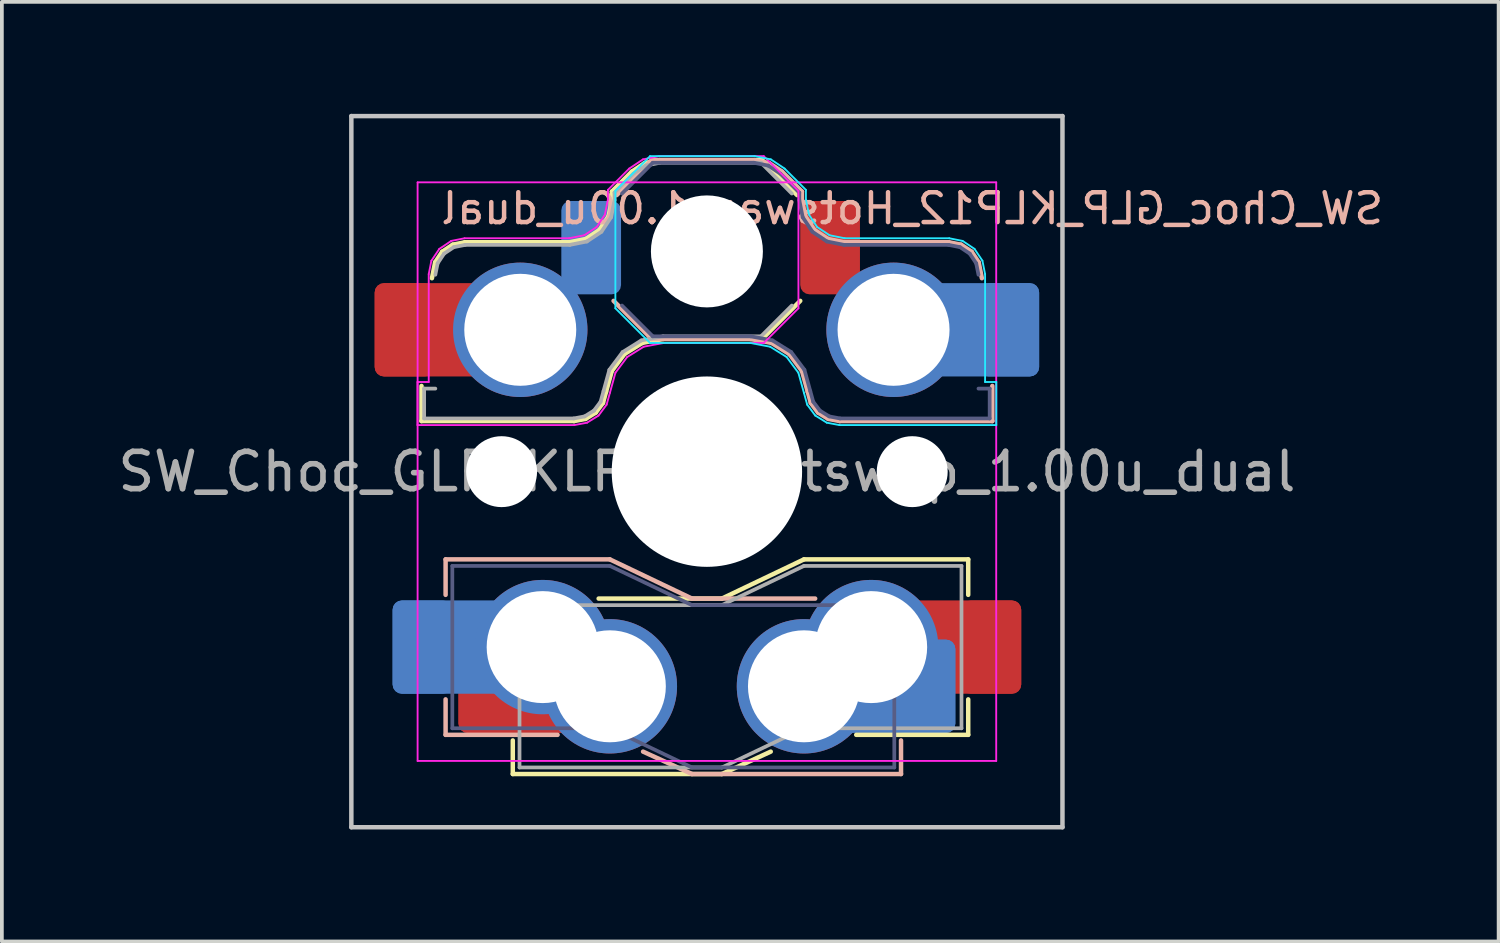
<source format=kicad_pcb>
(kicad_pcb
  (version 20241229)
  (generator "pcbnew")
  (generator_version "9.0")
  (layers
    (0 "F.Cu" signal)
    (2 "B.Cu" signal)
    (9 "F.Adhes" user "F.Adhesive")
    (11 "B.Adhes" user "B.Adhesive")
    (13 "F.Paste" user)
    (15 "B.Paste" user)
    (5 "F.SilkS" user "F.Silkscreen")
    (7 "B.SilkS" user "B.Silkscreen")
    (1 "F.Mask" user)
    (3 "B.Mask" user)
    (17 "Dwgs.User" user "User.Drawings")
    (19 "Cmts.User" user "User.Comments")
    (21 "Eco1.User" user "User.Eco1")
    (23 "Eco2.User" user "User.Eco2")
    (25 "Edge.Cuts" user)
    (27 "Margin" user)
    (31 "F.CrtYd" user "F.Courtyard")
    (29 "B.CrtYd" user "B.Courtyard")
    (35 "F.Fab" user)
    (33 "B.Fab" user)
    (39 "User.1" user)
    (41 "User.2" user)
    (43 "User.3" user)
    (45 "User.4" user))
  (footprint "SW_Choc_GLP_KLP12_Hotswap_1.00u_dual"
    (layer "F.Cu")
    (at 15.887 9.585)
    (property "Reference" "SW_Choc_GLP_KLP12_Hotswap_1.00u_dual" (at 5.5 -7.05 180) (layer "B.SilkS") (effects (font (size 0.8 0.8) (thickness 0.12)) (justify mirror)))
    (attr smd)
    (fp_line (start -7.646 -2.296) (end -7.646 -1.354) (stroke (width 0.12) (type solid)) (layer "F.SilkS"))
    (fp_line (start -7.646 -1.354) (end -3.56 -1.354) (stroke (width 0.12) (type solid)) (layer "F.SilkS"))
    (fp_line (start -7.281 -5.609) (end -7.366 -5.182) (stroke (width 0.12) (type solid)) (layer "F.SilkS"))
    (fp_line (start -7.092 -5.892) (end -7.281 -5.609) (stroke (width 0.12) (type solid)) (layer "F.SilkS"))
    (fp_line (start -6.809 -6.081) (end -7.092 -5.892) (stroke (width 0.12) (type solid)) (layer "F.SilkS"))
    (fp_line (start -6.482 -6.146) (end -6.809 -6.081) (stroke (width 0.12) (type solid)) (layer "F.SilkS"))
    (fp_line (start -5.2 8.1) (end -5.2 7.2) (stroke (width 0.12) (type solid)) (layer "F.SilkS"))
    (fp_line (start -5.2 8.1) (end 0.4 8.1) (stroke (width 0.12) (type solid)) (layer "F.SilkS"))
    (fp_line (start -3.682 -6.146) (end -6.482 -6.146) (stroke (width 0.12) (type solid)) (layer "F.SilkS"))
    (fp_line (start -3.56 -1.354) (end -3.25 -1.413) (stroke (width 0.12) (type solid)) (layer "F.SilkS"))
    (fp_line (start -3.25 -1.413) (end -2.976 -1.583) (stroke (width 0.12) (type solid)) (layer "F.SilkS"))
    (fp_line (start -3.244 -6.233) (end -3.682 -6.146) (stroke (width 0.12) (type solid)) (layer "F.SilkS"))
    (fp_line (start -2.976 -1.583) (end -2.783 -1.841) (stroke (width 0.12) (type solid)) (layer "F.SilkS"))
    (fp_line (start -2.9 3.4) (end 0.4 3.4) (stroke (width 0.12) (type solid)) (layer "F.SilkS"))
    (fp_line (start -2.877 -6.477) (end -3.244 -6.233) (stroke (width 0.12) (type solid)) (layer "F.SilkS"))
    (fp_line (start -2.783 -1.841) (end -2.701 -2.139) (stroke (width 0.12) (type solid)) (layer "F.SilkS"))
    (fp_line (start -2.701 -2.139) (end -2.547 -2.697) (stroke (width 0.12) (type solid)) (layer "F.SilkS"))
    (fp_line (start -2.633 -6.844) (end -2.877 -6.477) (stroke (width 0.12) (type solid)) (layer "F.SilkS"))
    (fp_line (start -2.547 -2.697) (end -2.209 -3.15) (stroke (width 0.12) (type solid)) (layer "F.SilkS"))
    (fp_line (start -2.546 -7.504) (end -2.546 -7.282) (stroke (width 0.12) (type solid)) (layer "F.SilkS"))
    (fp_line (start -2.546 -7.282) (end -2.633 -6.844) (stroke (width 0.12) (type solid)) (layer "F.SilkS"))
    (fp_line (start -2.209 -3.15) (end -1.73 -3.449) (stroke (width 0.12) (type solid)) (layer "F.SilkS"))
    (fp_line (start -2.013 -8.037) (end -2.546 -7.504) (stroke (width 0.12) (type solid)) (layer "F.SilkS"))
    (fp_line (start -1.73 -3.449) (end -1.168 -3.554) (stroke (width 0.12) (type solid)) (layer "F.SilkS"))
    (fp_line (start -1.671 -8.266) (end -2.013 -8.037) (stroke (width 0.12) (type solid)) (layer "F.SilkS"))
    (fp_line (start -1.268 -8.346) (end -1.671 -8.266) (stroke (width 0.12) (type solid)) (layer "F.SilkS"))
    (fp_line (start -1.168 -3.554) (end 1.479 -3.554) (stroke (width 0.12) (type solid)) (layer "F.SilkS"))
    (fp_line (start 1.479 -8.346) (end -1.268 -8.346) (stroke (width 0.12) (type solid)) (layer "F.SilkS"))
    (fp_line (start 1.479 -3.554) (end 2.5 -4.575) (stroke (width 0.12) (type solid)) (layer "F.SilkS"))
    (fp_line (start 1.71 7.5) (end 0.4 8.1) (stroke (width 0.12) (type solid)) (layer "F.SilkS"))
    (fp_line (start 2.416 -7.409) (end 1.479 -8.346) (stroke (width 0.12) (type solid)) (layer "F.SilkS"))
    (fp_line (start 2.6 2.35) (end 0.4 3.4) (stroke (width 0.12) (type solid)) (layer "F.SilkS"))
    (fp_line (start 7 2.35) (end 2.6 2.35) (stroke (width 0.12) (type solid)) (layer "F.SilkS"))
    (fp_line (start 7 2.35) (end 7 3.3) (stroke (width 0.12) (type solid)) (layer "F.SilkS"))
    (fp_line (start 7 7.05) (end 4 7.05) (stroke (width 0.12) (type solid)) (layer "F.SilkS"))
    (fp_line (start 7 7.05) (end 7 6.1) (stroke (width 0.12) (type solid)) (layer "F.SilkS"))
    (fp_line (start -7 2.35) (end -7 3.3) (stroke (width 0.12) (type solid)) (layer "B.SilkS"))
    (fp_line (start -7 2.35) (end -2.6 2.35) (stroke (width 0.12) (type solid)) (layer "B.SilkS"))
    (fp_line (start -7 7.05) (end -7 6.1) (stroke (width 0.12) (type solid)) (layer "B.SilkS"))
    (fp_line (start -7 7.05) (end -4 7.05) (stroke (width 0.12) (type solid)) (layer "B.SilkS"))
    (fp_line (start -2.6 2.35) (end -0.4 3.4) (stroke (width 0.12) (type solid)) (layer "B.SilkS"))
    (fp_line (start -2.416 -7.409) (end -1.479 -8.346) (stroke (width 0.12) (type solid)) (layer "B.SilkS"))
    (fp_line (start -1.71 7.5) (end -0.4 8.1) (stroke (width 0.12) (type solid)) (layer "B.SilkS"))
    (fp_line (start -1.479 -8.346) (end 1.268 -8.346) (stroke (width 0.12) (type solid)) (layer "B.SilkS"))
    (fp_line (start -1.479 -3.554) (end -2.5 -4.575) (stroke (width 0.12) (type solid)) (layer "B.SilkS"))
    (fp_line (start 1.168 -3.554) (end -1.479 -3.554) (stroke (width 0.12) (type solid)) (layer "B.SilkS"))
    (fp_line (start 1.268 -8.346) (end 1.671 -8.266) (stroke (width 0.12) (type solid)) (layer "B.SilkS"))
    (fp_line (start 1.671 -8.266) (end 2.013 -8.037) (stroke (width 0.12) (type solid)) (layer "B.SilkS"))
    (fp_line (start 1.73 -3.449) (end 1.168 -3.554) (stroke (width 0.12) (type solid)) (layer "B.SilkS"))
    (fp_line (start 2.013 -8.037) (end 2.546 -7.504) (stroke (width 0.12) (type solid)) (layer "B.SilkS"))
    (fp_line (start 2.209 -3.15) (end 1.73 -3.449) (stroke (width 0.12) (type solid)) (layer "B.SilkS"))
    (fp_line (start 2.546 -7.504) (end 2.546 -7.282) (stroke (width 0.12) (type solid)) (layer "B.SilkS"))
    (fp_line (start 2.546 -7.282) (end 2.633 -6.844) (stroke (width 0.12) (type solid)) (layer "B.SilkS"))
    (fp_line (start 2.547 -2.697) (end 2.209 -3.15) (stroke (width 0.12) (type solid)) (layer "B.SilkS"))
    (fp_line (start 2.633 -6.844) (end 2.877 -6.477) (stroke (width 0.12) (type solid)) (layer "B.SilkS"))
    (fp_line (start 2.701 -2.139) (end 2.547 -2.697) (stroke (width 0.12) (type solid)) (layer "B.SilkS"))
    (fp_line (start 2.783 -1.841) (end 2.701 -2.139) (stroke (width 0.12) (type solid)) (layer "B.SilkS"))
    (fp_line (start 2.877 -6.477) (end 3.244 -6.233) (stroke (width 0.12) (type solid)) (layer "B.SilkS"))
    (fp_line (start 2.9 3.4) (end -0.4 3.4) (stroke (width 0.12) (type solid)) (layer "B.SilkS"))
    (fp_line (start 2.976 -1.583) (end 2.783 -1.841) (stroke (width 0.12) (type solid)) (layer "B.SilkS"))
    (fp_line (start 3.244 -6.233) (end 3.682 -6.146) (stroke (width 0.12) (type solid)) (layer "B.SilkS"))
    (fp_line (start 3.25 -1.413) (end 2.976 -1.583) (stroke (width 0.12) (type solid)) (layer "B.SilkS"))
    (fp_line (start 3.56 -1.354) (end 3.25 -1.413) (stroke (width 0.12) (type solid)) (layer "B.SilkS"))
    (fp_line (start 3.682 -6.146) (end 6.482 -6.146) (stroke (width 0.12) (type solid)) (layer "B.SilkS"))
    (fp_line (start 5.2 8.1) (end -0.4 8.1) (stroke (width 0.12) (type solid)) (layer "B.SilkS"))
    (fp_line (start 5.2 8.1) (end 5.2 7.2) (stroke (width 0.12) (type solid)) (layer "B.SilkS"))
    (fp_line (start 6.482 -6.146) (end 6.809 -6.081) (stroke (width 0.12) (type solid)) (layer "B.SilkS"))
    (fp_line (start 6.809 -6.081) (end 7.092 -5.892) (stroke (width 0.12) (type solid)) (layer "B.SilkS"))
    (fp_line (start 7.092 -5.892) (end 7.281 -5.609) (stroke (width 0.12) (type solid)) (layer "B.SilkS"))
    (fp_line (start 7.281 -5.609) (end 7.366 -5.182) (stroke (width 0.12) (type solid)) (layer "B.SilkS"))
    (fp_line (start 7.646 -2.296) (end 7.646 -1.354) (stroke (width 0.12) (type solid)) (layer "B.SilkS"))
    (fp_line (start 7.646 -1.354) (end 3.56 -1.354) (stroke (width 0.12) (type solid)) (layer "B.SilkS"))
    (fp_line (start -9.525 -9.525) (end -9.525 9.525) (stroke (width 0.12) (type default)) (layer "Dwgs.User"))
    (fp_line (start -9.525 -9.525) (end 9.525 -9.525) (stroke (width 0.12) (type default)) (layer "Dwgs.User"))
    (fp_line (start 9.525 -9.525) (end 9.525 9.525) (stroke (width 0.12) (type default)) (layer "Dwgs.User"))
    (fp_line (start 9.525 9.525) (end -9.525 9.525) (stroke (width 0.12) (type default)) (layer "Dwgs.User"))
    (fp_line (start -2.452 -7.523) (end -1.523 -8.452) (stroke (width 0.05) (type solid)) (layer "B.CrtYd"))
    (fp_line (start -2.452 -4.377) (end -2.452 -7.523) (stroke (width 0.05) (type solid)) (layer "B.CrtYd"))
    (fp_line (start -1.523 -8.452) (end 1.278 -8.452) (stroke (width 0.05) (type solid)) (layer "B.CrtYd"))
    (fp_line (start -1.523 -3.448) (end -2.452 -4.377) (stroke (width 0.05) (type solid)) (layer "B.CrtYd"))
    (fp_line (start 1.159 -3.448) (end -1.523 -3.448) (stroke (width 0.05) (type solid)) (layer "B.CrtYd"))
    (fp_line (start 1.278 -8.452) (end 1.712 -8.366) (stroke (width 0.05) (type solid)) (layer "B.CrtYd"))
    (fp_line (start 1.691 -3.348) (end 1.159 -3.448) (stroke (width 0.05) (type solid)) (layer "B.CrtYd"))
    (fp_line (start 1.712 -8.366) (end 2.081 -8.119) (stroke (width 0.05) (type solid)) (layer "B.CrtYd"))
    (fp_line (start 2.081 -8.119) (end 2.652 -7.548) (stroke (width 0.05) (type solid)) (layer "B.CrtYd"))
    (fp_line (start 2.136 -3.071) (end 1.691 -3.348) (stroke (width 0.05) (type solid)) (layer "B.CrtYd"))
    (fp_line (start 2.45 -2.65) (end 2.136 -3.071) (stroke (width 0.05) (type solid)) (layer "B.CrtYd"))
    (fp_line (start 2.599 -2.111) (end 2.45 -2.65) (stroke (width 0.05) (type solid)) (layer "B.CrtYd"))
    (fp_line (start 2.652 -7.548) (end 2.652 -7.292) (stroke (width 0.05) (type solid)) (layer "B.CrtYd"))
    (fp_line (start 2.652 -7.292) (end 2.733 -6.885) (stroke (width 0.05) (type solid)) (layer "B.CrtYd"))
    (fp_line (start 2.687 -1.794) (end 2.599 -2.111) (stroke (width 0.05) (type solid)) (layer "B.CrtYd"))
    (fp_line (start 2.733 -6.885) (end 2.953 -6.553) (stroke (width 0.05) (type solid)) (layer "B.CrtYd"))
    (fp_line (start 2.903 -1.503) (end 2.687 -1.794) (stroke (width 0.05) (type solid)) (layer "B.CrtYd"))
    (fp_line (start 2.953 -6.553) (end 3.285 -6.333) (stroke (width 0.05) (type solid)) (layer "B.CrtYd"))
    (fp_line (start 3.211 -1.312) (end 2.903 -1.503) (stroke (width 0.05) (type solid)) (layer "B.CrtYd"))
    (fp_line (start 3.285 -6.333) (end 3.692 -6.252) (stroke (width 0.05) (type solid)) (layer "B.CrtYd"))
    (fp_line (start 3.55 -1.248) (end 3.211 -1.312) (stroke (width 0.05) (type solid)) (layer "B.CrtYd"))
    (fp_line (start 3.692 -6.252) (end 6.492 -6.252) (stroke (width 0.05) (type solid)) (layer "B.CrtYd"))
    (fp_line (start 6.492 -6.252) (end 6.85 -6.181) (stroke (width 0.05) (type solid)) (layer "B.CrtYd"))
    (fp_line (start 6.85 -6.181) (end 7.168 -5.968) (stroke (width 0.05) (type solid)) (layer "B.CrtYd"))
    (fp_line (start 7.168 -5.968) (end 7.381 -5.65) (stroke (width 0.05) (type solid)) (layer "B.CrtYd"))
    (fp_line (start 7.381 -5.65) (end 7.452 -5.292) (stroke (width 0.05) (type solid)) (layer "B.CrtYd"))
    (fp_line (start 7.452 -5.292) (end 7.452 -2.402) (stroke (width 0.05) (type solid)) (layer "B.CrtYd"))
    (fp_line (start 7.452 -2.402) (end 7.752 -2.402) (stroke (width 0.05) (type solid)) (layer "B.CrtYd"))
    (fp_line (start 7.752 -2.402) (end 7.752 -1.248) (stroke (width 0.05) (type solid)) (layer "B.CrtYd"))
    (fp_line (start 7.752 -1.248) (end 3.55 -1.248) (stroke (width 0.05) (type solid)) (layer "B.CrtYd"))
    (fp_line (start -7.752 -2.402) (end -7.752 -1.248) (stroke (width 0.05) (type solid)) (layer "F.CrtYd"))
    (fp_line (start -7.752 -1.248) (end -3.55 -1.248) (stroke (width 0.05) (type solid)) (layer "F.CrtYd"))
    (fp_line (start -7.75 7.75) (end -7.75 -7.75) (stroke (width 0.05) (type solid)) (layer "F.CrtYd"))
    (fp_line (start -7.452 -5.292) (end -7.452 -2.402) (stroke (width 0.05) (type solid)) (layer "F.CrtYd"))
    (fp_line (start -7.452 -2.402) (end -7.752 -2.402) (stroke (width 0.05) (type solid)) (layer "F.CrtYd"))
    (fp_line (start -7.381 -5.65) (end -7.452 -5.292) (stroke (width 0.05) (type solid)) (layer "F.CrtYd"))
    (fp_line (start -7.168 -5.968) (end -7.381 -5.65) (stroke (width 0.05) (type solid)) (layer "F.CrtYd"))
    (fp_line (start -6.85 -6.181) (end -7.168 -5.968) (stroke (width 0.05) (type solid)) (layer "F.CrtYd"))
    (fp_line (start -6.492 -6.252) (end -6.85 -6.181) (stroke (width 0.05) (type solid)) (layer "F.CrtYd"))
    (fp_line (start -3.692 -6.252) (end -6.492 -6.252) (stroke (width 0.05) (type solid)) (layer "F.CrtYd"))
    (fp_line (start -3.55 -1.248) (end -3.211 -1.312) (stroke (width 0.05) (type solid)) (layer "F.CrtYd"))
    (fp_line (start -3.285 -6.333) (end -3.692 -6.252) (stroke (width 0.05) (type solid)) (layer "F.CrtYd"))
    (fp_line (start -3.211 -1.312) (end -2.903 -1.503) (stroke (width 0.05) (type solid)) (layer "F.CrtYd"))
    (fp_line (start -2.953 -6.553) (end -3.285 -6.333) (stroke (width 0.05) (type solid)) (layer "F.CrtYd"))
    (fp_line (start -2.903 -1.503) (end -2.687 -1.794) (stroke (width 0.05) (type solid)) (layer "F.CrtYd"))
    (fp_line (start -2.733 -6.885) (end -2.953 -6.553) (stroke (width 0.05) (type solid)) (layer "F.CrtYd"))
    (fp_line (start -2.687 -1.794) (end -2.599 -2.111) (stroke (width 0.05) (type solid)) (layer "F.CrtYd"))
    (fp_line (start -2.652 -7.548) (end -2.652 -7.292) (stroke (width 0.05) (type solid)) (layer "F.CrtYd"))
    (fp_line (start -2.652 -7.292) (end -2.733 -6.885) (stroke (width 0.05) (type solid)) (layer "F.CrtYd"))
    (fp_line (start -2.599 -2.111) (end -2.45 -2.65) (stroke (width 0.05) (type solid)) (layer "F.CrtYd"))
    (fp_line (start -2.45 -2.65) (end -2.136 -3.071) (stroke (width 0.05) (type solid)) (layer "F.CrtYd"))
    (fp_line (start -2.136 -3.071) (end -1.691 -3.348) (stroke (width 0.05) (type solid)) (layer "F.CrtYd"))
    (fp_line (start -2.081 -8.119) (end -2.652 -7.548) (stroke (width 0.05) (type solid)) (layer "F.CrtYd"))
    (fp_line (start -1.712 -8.366) (end -2.081 -8.119) (stroke (width 0.05) (type solid)) (layer "F.CrtYd"))
    (fp_line (start -1.691 -3.348) (end -1.159 -3.448) (stroke (width 0.05) (type solid)) (layer "F.CrtYd"))
    (fp_line (start -1.278 -8.452) (end -1.712 -8.366) (stroke (width 0.05) (type solid)) (layer "F.CrtYd"))
    (fp_line (start -1.159 -3.448) (end 1.523 -3.448) (stroke (width 0.05) (type solid)) (layer "F.CrtYd"))
    (fp_line (start 1.523 -8.452) (end -1.278 -8.452) (stroke (width 0.05) (type solid)) (layer "F.CrtYd"))
    (fp_line (start 1.523 -3.448) (end 2.452 -4.377) (stroke (width 0.05) (type solid)) (layer "F.CrtYd"))
    (fp_line (start 2.452 -7.523) (end 1.523 -8.452) (stroke (width 0.05) (type solid)) (layer "F.CrtYd"))
    (fp_line (start 2.452 -4.377) (end 2.452 -7.523) (stroke (width 0.05) (type solid)) (layer "F.CrtYd"))
    (fp_line (start 7.75 -7.75) (end -7.75 -7.75) (stroke (width 0.05) (type solid)) (layer "F.CrtYd"))
    (fp_line (start 7.75 -7.75) (end 7.75 7.75) (stroke (width 0.05) (type solid)) (layer "F.CrtYd"))
    (fp_line (start 7.75 7.75) (end -7.75 7.75) (stroke (width 0.05) (type solid)) (layer "F.CrtYd"))
    (fp_line (start -6.82 2.525) (end -6.82 6.875) (stroke (width 0.1) (type solid)) (layer "B.Fab"))
    (fp_line (start -6.82 2.525) (end -2.6 2.525) (stroke (width 0.1) (type solid)) (layer "B.Fab"))
    (fp_line (start -6.82 6.875) (end -2.6 6.875) (stroke (width 0.1) (type solid)) (layer "B.Fab"))
    (fp_line (start -2.6 2.525) (end -0.4 3.575) (stroke (width 0.1) (type solid)) (layer "B.Fab"))
    (fp_line (start -2.6 6.875) (end -0.4 7.925) (stroke (width 0.1) (type solid)) (layer "B.Fab"))
    (fp_line (start -2.275 -7.45) (end -1.45 -8.275) (stroke (width 0.1) (type solid)) (layer "B.Fab"))
    (fp_line (start -1.45 -8.275) (end 1.261 -8.275) (stroke (width 0.1) (type solid)) (layer "B.Fab"))
    (fp_line (start -1.45 -3.625) (end -2.275 -4.45) (stroke (width 0.1) (type solid)) (layer "B.Fab"))
    (fp_line (start 1.175 -3.625) (end -1.45 -3.625) (stroke (width 0.1) (type solid)) (layer "B.Fab"))
    (fp_line (start 1.261 -8.275) (end 1.643 -8.199) (stroke (width 0.1) (type solid)) (layer "B.Fab"))
    (fp_line (start 1.643 -8.199) (end 1.968 -7.982) (stroke (width 0.1) (type solid)) (layer "B.Fab"))
    (fp_line (start 1.756 -3.516) (end 1.175 -3.625) (stroke (width 0.1) (type solid)) (layer "B.Fab"))
    (fp_line (start 1.968 -7.982) (end 2.475 -7.475) (stroke (width 0.1) (type solid)) (layer "B.Fab"))
    (fp_line (start 2.258 -3.203) (end 1.756 -3.516) (stroke (width 0.1) (type solid)) (layer "B.Fab"))
    (fp_line (start 2.475 -7.475) (end 2.475 -7.275) (stroke (width 0.1) (type solid)) (layer "B.Fab"))
    (fp_line (start 2.475 -7.275) (end 2.566 -6.816) (stroke (width 0.1) (type solid)) (layer "B.Fab"))
    (fp_line (start 2.566 -6.816) (end 2.826 -6.426) (stroke (width 0.1) (type solid)) (layer "B.Fab"))
    (fp_line (start 2.612 -2.729) (end 2.258 -3.203) (stroke (width 0.1) (type solid)) (layer "B.Fab"))
    (fp_line (start 2.769 -2.158) (end 2.612 -2.729) (stroke (width 0.1) (type solid)) (layer "B.Fab"))
    (fp_line (start 2.826 -6.426) (end 3.216 -6.166) (stroke (width 0.1) (type solid)) (layer "B.Fab"))
    (fp_line (start 2.848 -1.873) (end 2.769 -2.158) (stroke (width 0.1) (type solid)) (layer "B.Fab"))
    (fp_line (start 3.025 -1.636) (end 2.848 -1.873) (stroke (width 0.1) (type solid)) (layer "B.Fab"))
    (fp_line (start 3.216 -6.166) (end 3.675 -6.075) (stroke (width 0.1) (type solid)) (layer "B.Fab"))
    (fp_line (start 3.276 -1.48) (end 3.025 -1.636) (stroke (width 0.1) (type solid)) (layer "B.Fab"))
    (fp_line (start 3.567 -1.425) (end 3.276 -1.48) (stroke (width 0.1) (type solid)) (layer "B.Fab"))
    (fp_line (start 3.675 -6.075) (end 6.475 -6.075) (stroke (width 0.1) (type solid)) (layer "B.Fab"))
    (fp_line (start 5.02 3.575) (end -0.4 3.575) (stroke (width 0.1) (type solid)) (layer "B.Fab"))
    (fp_line (start 5.02 3.575) (end 5.02 7.925) (stroke (width 0.1) (type solid)) (layer "B.Fab"))
    (fp_line (start 5.02 7.925) (end -0.4 7.925) (stroke (width 0.1) (type solid)) (layer "B.Fab"))
    (fp_line (start 6.475 -6.075) (end 6.781 -6.014) (stroke (width 0.1) (type solid)) (layer "B.Fab"))
    (fp_line (start 6.781 -6.014) (end 7.041 -5.841) (stroke (width 0.1) (type solid)) (layer "B.Fab"))
    (fp_line (start 7.041 -5.841) (end 7.214 -5.581) (stroke (width 0.1) (type solid)) (layer "B.Fab"))
    (fp_line (start 7.214 -5.581) (end 7.275 -5.275) (stroke (width 0.1) (type solid)) (layer "B.Fab"))
    (fp_line (start 7.275 -2.225) (end 7.575 -2.225) (stroke (width 0.1) (type solid)) (layer "B.Fab"))
    (fp_line (start 7.575 -2.225) (end 7.575 -1.425) (stroke (width 0.1) (type solid)) (layer "B.Fab"))
    (fp_line (start 7.575 -1.425) (end 3.567 -1.425) (stroke (width 0.1) (type solid)) (layer "B.Fab"))
    (fp_line (start -7.575 -2.225) (end -7.575 -1.425) (stroke (width 0.1) (type solid)) (layer "F.Fab"))
    (fp_line (start -7.575 -1.425) (end -3.567 -1.425) (stroke (width 0.1) (type solid)) (layer "F.Fab"))
    (fp_line (start -7.275 -2.225) (end -7.575 -2.225) (stroke (width 0.1) (type solid)) (layer "F.Fab"))
    (fp_line (start -7.214 -5.581) (end -7.275 -5.275) (stroke (width 0.1) (type solid)) (layer "F.Fab"))
    (fp_line (start -7.041 -5.841) (end -7.214 -5.581) (stroke (width 0.1) (type solid)) (layer "F.Fab"))
    (fp_line (start -6.781 -6.014) (end -7.041 -5.841) (stroke (width 0.1) (type solid)) (layer "F.Fab"))
    (fp_line (start -6.475 -6.075) (end -6.781 -6.014) (stroke (width 0.1) (type solid)) (layer "F.Fab"))
    (fp_line (start -5.02 3.575) (end -5.02 7.925) (stroke (width 0.1) (type solid)) (layer "F.Fab"))
    (fp_line (start -5.02 3.575) (end 0.4 3.575) (stroke (width 0.1) (type solid)) (layer "F.Fab"))
    (fp_line (start -5.02 7.925) (end 0.4 7.925) (stroke (width 0.1) (type solid)) (layer "F.Fab"))
    (fp_line (start -3.675 -6.075) (end -6.475 -6.075) (stroke (width 0.1) (type solid)) (layer "F.Fab"))
    (fp_line (start -3.567 -1.425) (end -3.276 -1.48) (stroke (width 0.1) (type solid)) (layer "F.Fab"))
    (fp_line (start -3.276 -1.48) (end -3.025 -1.636) (stroke (width 0.1) (type solid)) (layer "F.Fab"))
    (fp_line (start -3.216 -6.166) (end -3.675 -6.075) (stroke (width 0.1) (type solid)) (layer "F.Fab"))
    (fp_line (start -3.025 -1.636) (end -2.848 -1.873) (stroke (width 0.1) (type solid)) (layer "F.Fab"))
    (fp_line (start -2.848 -1.873) (end -2.769 -2.158) (stroke (width 0.1) (type solid)) (layer "F.Fab"))
    (fp_line (start -2.826 -6.426) (end -3.216 -6.166) (stroke (width 0.1) (type solid)) (layer "F.Fab"))
    (fp_line (start -2.769 -2.158) (end -2.612 -2.729) (stroke (width 0.1) (type solid)) (layer "F.Fab"))
    (fp_line (start -2.612 -2.729) (end -2.258 -3.203) (stroke (width 0.1) (type solid)) (layer "F.Fab"))
    (fp_line (start -2.566 -6.816) (end -2.826 -6.426) (stroke (width 0.1) (type solid)) (layer "F.Fab"))
    (fp_line (start -2.475 -7.475) (end -2.475 -7.275) (stroke (width 0.1) (type solid)) (layer "F.Fab"))
    (fp_line (start -2.475 -7.275) (end -2.566 -6.816) (stroke (width 0.1) (type solid)) (layer "F.Fab"))
    (fp_line (start -2.258 -3.203) (end -1.756 -3.516) (stroke (width 0.1) (type solid)) (layer "F.Fab"))
    (fp_line (start -1.968 -7.982) (end -2.475 -7.475) (stroke (width 0.1) (type solid)) (layer "F.Fab"))
    (fp_line (start -1.756 -3.516) (end -1.175 -3.625) (stroke (width 0.1) (type solid)) (layer "F.Fab"))
    (fp_line (start -1.643 -8.199) (end -1.968 -7.982) (stroke (width 0.1) (type solid)) (layer "F.Fab"))
    (fp_line (start -1.261 -8.275) (end -1.643 -8.199) (stroke (width 0.1) (type solid)) (layer "F.Fab"))
    (fp_line (start -1.175 -3.625) (end 1.45 -3.625) (stroke (width 0.1) (type solid)) (layer "F.Fab"))
    (fp_line (start 1.45 -8.275) (end -1.261 -8.275) (stroke (width 0.1) (type solid)) (layer "F.Fab"))
    (fp_line (start 1.45 -3.625) (end 2.275 -4.45) (stroke (width 0.1) (type solid)) (layer "F.Fab"))
    (fp_line (start 2.275 -7.45) (end 1.45 -8.275) (stroke (width 0.1) (type solid)) (layer "F.Fab"))
    (fp_line (start 2.6 2.525) (end 0.4 3.575) (stroke (width 0.1) (type solid)) (layer "F.Fab"))
    (fp_line (start 2.6 6.875) (end 0.4 7.925) (stroke (width 0.1) (type solid)) (layer "F.Fab"))
    (fp_line (start 6.82 2.525) (end 2.6 2.525) (stroke (width 0.1) (type solid)) (layer "F.Fab"))
    (fp_line (start 6.82 2.525) (end 6.82 6.875) (stroke (width 0.1) (type solid)) (layer "F.Fab"))
    (fp_line (start 6.82 6.875) (end 2.6 6.875) (stroke (width 0.1) (type solid)) (layer "F.Fab"))
    (fp_rect (start -7.05 -7.05) (end 7.05 7.05) (stroke (width 0.12) (type default)) (fill no) (layer "User.1"))
    (fp_text user "${REFERENCE}" (at 0 0 0) (layer "F.Fab") (effects (font (size 1 1) (thickness 0.15))))
    (pad "" np_thru_hole circle (at -5.5 0) (size 1.9 1.9) (drill 1.9) (layers "*.Cu" "*.Mask"))
    (pad "" np_thru_hole circle (at 0 -5.9) (size 3 3) (drill 3) (layers "*.Cu" "*.Mask"))
    (pad "" np_thru_hole circle (at 0 0) (size 5.1 5.1) (drill 5.1) (layers "*.Cu" "*.Mask"))
    (pad "" np_thru_hole circle (at 5.5 0) (size 1.9 1.9) (drill 1.9) (layers "*.Cu" "*.Mask"))
    (pad "1" smd roundrect (at -5.855 5.75) (size 1.6 2.5) (layers "F.Cu" "F.Mask" "F.Paste") (roundrect_rratio 0.156))
    (pad "1" smd roundrect (at -4.73 5.75) (size 3.85 2.5) (layers "F.Cu") (roundrect_rratio 0.1))
    (pad "1" thru_hole circle (at 2.6 5.75) (size 3.6 3.6) (drill 3) (layers "*.Cu" "*.Mask"))
    (pad "1" smd roundrect (at 3.3 -6) (size 1.6 2.5) (layers "F.Cu" "F.Mask" "F.Paste") (roundrect_rratio 0.156))
    (pad "1" thru_hole circle (at 4.4 4.7) (size 3.6 3.6) (drill 3) (layers "*.Cu" "*.Mask"))
    (pad "1" smd roundrect (at 4.73 5.75) (size 3.85 2.5) (layers "B.Cu") (roundrect_rratio 0.1))
    (pad "1" thru_hole circle (at 5 -3.8) (size 3.6 3.6) (drill 3) (layers "*.Cu" "*.Mask"))
    (pad "1" smd roundrect (at 5.855 5.75) (size 1.6 2.5) (layers "B.Cu" "B.Mask" "B.Paste") (roundrect_rratio 0.156))
    (pad "1" smd roundrect (at 6.975 -3.8) (size 3.85 2.5) (layers "B.Cu") (roundrect_rratio 0.1))
    (pad "1" smd roundrect (at 8.1 -3.8) (size 1.6 2.5) (layers "B.Cu" "B.Mask" "B.Paste") (roundrect_rratio 0.156))
    (pad "2" smd roundrect (at -8.1 -3.8) (size 1.6 2.5) (layers "F.Cu" "F.Mask" "F.Paste") (roundrect_rratio 0.156))
    (pad "2" smd roundrect (at -7.62 4.7) (size 1.6 2.5) (layers "B.Cu" "B.Mask" "B.Paste") (roundrect_rratio 0.156))
    (pad "2" smd roundrect (at -6.975 -3.8) (size 3.85 2.5) (layers "F.Cu") (roundrect_rratio 0.1))
    (pad "2" smd roundrect (at -6.495 4.699) (size 3.85 2.5) (layers "B.Cu") (roundrect_rratio 0.1))
    (pad "2" thru_hole circle (at -5 -3.8) (size 3.6 3.6) (drill 3) (layers "*.Cu" "*.Mask"))
    (pad "2" thru_hole circle (at -4.4 4.7) (size 3.6 3.6) (drill 3) (layers "*.Cu" "*.Mask"))
    (pad "2" smd roundrect (at -3.1 -6) (size 1.6 2.5) (layers "B.Cu" "B.Mask" "B.Paste") (roundrect_rratio 0.156))
    (pad "2" thru_hole circle (at -2.6 5.75) (size 3.6 3.6) (drill 3) (layers "*.Cu" "*.Mask"))
    (pad "2" smd roundrect (at 6.495 4.699) (size 3.85 2.5) (layers "F.Cu") (roundrect_rratio 0.1))
    (pad "2" smd roundrect (at 7.62 4.7) (size 1.6 2.5) (layers "F.Cu" "F.Mask" "F.Paste") (roundrect_rratio 0.156)))
  (gr_rect
    (start -3 -3)
    (end 37.096 22.17)
    (stroke (width 0.1) (type default))
    (fill no)
    (layer "Edge.Cuts")))
</source>
